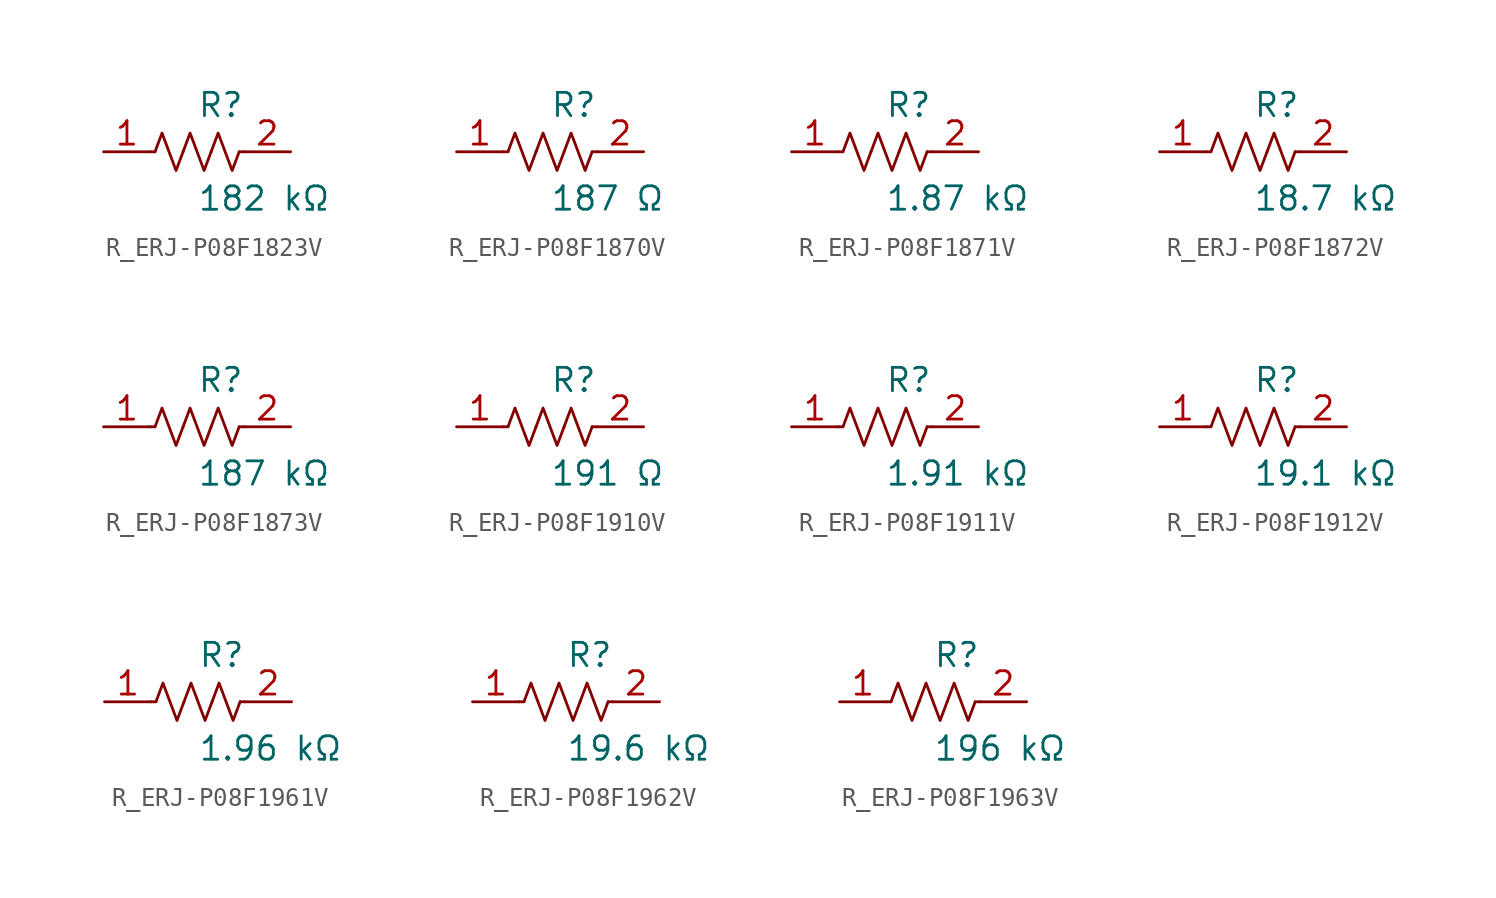
<source format=kicad_sym>
(kicad_symbol_lib
  (version 20231120)
  (generator kicad_symbol_editor)
  (generator_version 8.0)
  (symbol "R_ERJ-P08F1823V"
    (pin_names
      (offset 0.254))
    (property "Reference" "R"
      (at 0.0 2.54 0)
      (effects (font (size 1.27 1.27)) (justify left)))
    (property "Value" "182 kΩ"
      (at 0.0 -2.54 0)
      (effects (font (size 1.27 1.27)) (justify left)))
    (symbol "R_ERJ-P08F1823V_0_1"
      (polyline (pts (xy 2.286 0) (xy 2.54 0)) (stroke (width 0) (type default)) (fill (type none)))
      (polyline (pts (xy -2.286 0) (xy -2.54 0)) (stroke (width 0) (type default)) (fill (type none)))
      (polyline (pts (xy 0.762 0) (xy 1.143 1.016) (xy 1.524 0) (xy 1.905 -1.016) (xy 2.286 0)) (stroke (width 0) (type default)) (fill (type none)))
      (polyline (pts (xy -0.762 0) (xy -0.381 1.016) (xy 0 0) (xy 0.381 -1.016) (xy 0.762 0)) (stroke (width 0) (type default)) (fill (type none)))
      (polyline (pts (xy -2.286 0) (xy -1.905 1.016) (xy -1.524 0) (xy -1.143 -1.016) (xy -0.762 0)) (stroke (width 0) (type default)) (fill (type none))))
    (pin unspecified line
      (at -5.08 0 0)
      (length 2.54)
      (name "" (effects (font (size 1.27 1.27))))
      (number "1" (effects (font (size 1.27 1.27)))))
    (pin unspecified line
      (at 5.08 0 180)
      (length 2.54)
      (name "" (effects (font (size 1.27 1.27))))
      (number "2" (effects (font (size 1.27 1.27))))))
  (symbol "R_ERJ-P08F1870V"
    (pin_names
      (offset 0.254))
    (property "Reference" "R"
      (at 0.0 2.54 0)
      (effects (font (size 1.27 1.27)) (justify left)))
    (property "Value" "187 Ω"
      (at 0.0 -2.54 0)
      (effects (font (size 1.27 1.27)) (justify left)))
    (symbol "R_ERJ-P08F1870V_0_1"
      (polyline (pts (xy 2.286 0) (xy 2.54 0)) (stroke (width 0) (type default)) (fill (type none)))
      (polyline (pts (xy -2.286 0) (xy -2.54 0)) (stroke (width 0) (type default)) (fill (type none)))
      (polyline (pts (xy 0.762 0) (xy 1.143 1.016) (xy 1.524 0) (xy 1.905 -1.016) (xy 2.286 0)) (stroke (width 0) (type default)) (fill (type none)))
      (polyline (pts (xy -0.762 0) (xy -0.381 1.016) (xy 0 0) (xy 0.381 -1.016) (xy 0.762 0)) (stroke (width 0) (type default)) (fill (type none)))
      (polyline (pts (xy -2.286 0) (xy -1.905 1.016) (xy -1.524 0) (xy -1.143 -1.016) (xy -0.762 0)) (stroke (width 0) (type default)) (fill (type none))))
    (pin unspecified line
      (at -5.08 0 0)
      (length 2.54)
      (name "" (effects (font (size 1.27 1.27))))
      (number "1" (effects (font (size 1.27 1.27)))))
    (pin unspecified line
      (at 5.08 0 180)
      (length 2.54)
      (name "" (effects (font (size 1.27 1.27))))
      (number "2" (effects (font (size 1.27 1.27))))))
  (symbol "R_ERJ-P08F1871V"
    (pin_names
      (offset 0.254))
    (property "Reference" "R"
      (at 0.0 2.54 0)
      (effects (font (size 1.27 1.27)) (justify left)))
    (property "Value" "1.87 kΩ"
      (at 0.0 -2.54 0)
      (effects (font (size 1.27 1.27)) (justify left)))
    (symbol "R_ERJ-P08F1871V_0_1"
      (polyline (pts (xy 2.286 0) (xy 2.54 0)) (stroke (width 0) (type default)) (fill (type none)))
      (polyline (pts (xy -2.286 0) (xy -2.54 0)) (stroke (width 0) (type default)) (fill (type none)))
      (polyline (pts (xy 0.762 0) (xy 1.143 1.016) (xy 1.524 0) (xy 1.905 -1.016) (xy 2.286 0)) (stroke (width 0) (type default)) (fill (type none)))
      (polyline (pts (xy -0.762 0) (xy -0.381 1.016) (xy 0 0) (xy 0.381 -1.016) (xy 0.762 0)) (stroke (width 0) (type default)) (fill (type none)))
      (polyline (pts (xy -2.286 0) (xy -1.905 1.016) (xy -1.524 0) (xy -1.143 -1.016) (xy -0.762 0)) (stroke (width 0) (type default)) (fill (type none))))
    (pin unspecified line
      (at -5.08 0 0)
      (length 2.54)
      (name "" (effects (font (size 1.27 1.27))))
      (number "1" (effects (font (size 1.27 1.27)))))
    (pin unspecified line
      (at 5.08 0 180)
      (length 2.54)
      (name "" (effects (font (size 1.27 1.27))))
      (number "2" (effects (font (size 1.27 1.27))))))
  (symbol "R_ERJ-P08F1872V"
    (pin_names
      (offset 0.254))
    (property "Reference" "R"
      (at 0.0 2.54 0)
      (effects (font (size 1.27 1.27)) (justify left)))
    (property "Value" "18.7 kΩ"
      (at 0.0 -2.54 0)
      (effects (font (size 1.27 1.27)) (justify left)))
    (symbol "R_ERJ-P08F1872V_0_1"
      (polyline (pts (xy 2.286 0) (xy 2.54 0)) (stroke (width 0) (type default)) (fill (type none)))
      (polyline (pts (xy -2.286 0) (xy -2.54 0)) (stroke (width 0) (type default)) (fill (type none)))
      (polyline (pts (xy 0.762 0) (xy 1.143 1.016) (xy 1.524 0) (xy 1.905 -1.016) (xy 2.286 0)) (stroke (width 0) (type default)) (fill (type none)))
      (polyline (pts (xy -0.762 0) (xy -0.381 1.016) (xy 0 0) (xy 0.381 -1.016) (xy 0.762 0)) (stroke (width 0) (type default)) (fill (type none)))
      (polyline (pts (xy -2.286 0) (xy -1.905 1.016) (xy -1.524 0) (xy -1.143 -1.016) (xy -0.762 0)) (stroke (width 0) (type default)) (fill (type none))))
    (pin unspecified line
      (at -5.08 0 0)
      (length 2.54)
      (name "" (effects (font (size 1.27 1.27))))
      (number "1" (effects (font (size 1.27 1.27)))))
    (pin unspecified line
      (at 5.08 0 180)
      (length 2.54)
      (name "" (effects (font (size 1.27 1.27))))
      (number "2" (effects (font (size 1.27 1.27))))))
  (symbol "R_ERJ-P08F1873V"
    (pin_names
      (offset 0.254))
    (property "Reference" "R"
      (at 0.0 2.54 0)
      (effects (font (size 1.27 1.27)) (justify left)))
    (property "Value" "187 kΩ"
      (at 0.0 -2.54 0)
      (effects (font (size 1.27 1.27)) (justify left)))
    (symbol "R_ERJ-P08F1873V_0_1"
      (polyline (pts (xy 2.286 0) (xy 2.54 0)) (stroke (width 0) (type default)) (fill (type none)))
      (polyline (pts (xy -2.286 0) (xy -2.54 0)) (stroke (width 0) (type default)) (fill (type none)))
      (polyline (pts (xy 0.762 0) (xy 1.143 1.016) (xy 1.524 0) (xy 1.905 -1.016) (xy 2.286 0)) (stroke (width 0) (type default)) (fill (type none)))
      (polyline (pts (xy -0.762 0) (xy -0.381 1.016) (xy 0 0) (xy 0.381 -1.016) (xy 0.762 0)) (stroke (width 0) (type default)) (fill (type none)))
      (polyline (pts (xy -2.286 0) (xy -1.905 1.016) (xy -1.524 0) (xy -1.143 -1.016) (xy -0.762 0)) (stroke (width 0) (type default)) (fill (type none))))
    (pin unspecified line
      (at -5.08 0 0)
      (length 2.54)
      (name "" (effects (font (size 1.27 1.27))))
      (number "1" (effects (font (size 1.27 1.27)))))
    (pin unspecified line
      (at 5.08 0 180)
      (length 2.54)
      (name "" (effects (font (size 1.27 1.27))))
      (number "2" (effects (font (size 1.27 1.27))))))
  (symbol "R_ERJ-P08F1910V"
    (pin_names
      (offset 0.254))
    (property "Reference" "R"
      (at 0.0 2.54 0)
      (effects (font (size 1.27 1.27)) (justify left)))
    (property "Value" "191 Ω"
      (at 0.0 -2.54 0)
      (effects (font (size 1.27 1.27)) (justify left)))
    (symbol "R_ERJ-P08F1910V_0_1"
      (polyline (pts (xy 2.286 0) (xy 2.54 0)) (stroke (width 0) (type default)) (fill (type none)))
      (polyline (pts (xy -2.286 0) (xy -2.54 0)) (stroke (width 0) (type default)) (fill (type none)))
      (polyline (pts (xy 0.762 0) (xy 1.143 1.016) (xy 1.524 0) (xy 1.905 -1.016) (xy 2.286 0)) (stroke (width 0) (type default)) (fill (type none)))
      (polyline (pts (xy -0.762 0) (xy -0.381 1.016) (xy 0 0) (xy 0.381 -1.016) (xy 0.762 0)) (stroke (width 0) (type default)) (fill (type none)))
      (polyline (pts (xy -2.286 0) (xy -1.905 1.016) (xy -1.524 0) (xy -1.143 -1.016) (xy -0.762 0)) (stroke (width 0) (type default)) (fill (type none))))
    (pin unspecified line
      (at -5.08 0 0)
      (length 2.54)
      (name "" (effects (font (size 1.27 1.27))))
      (number "1" (effects (font (size 1.27 1.27)))))
    (pin unspecified line
      (at 5.08 0 180)
      (length 2.54)
      (name "" (effects (font (size 1.27 1.27))))
      (number "2" (effects (font (size 1.27 1.27))))))
  (symbol "R_ERJ-P08F1911V"
    (pin_names
      (offset 0.254))
    (property "Reference" "R"
      (at 0.0 2.54 0)
      (effects (font (size 1.27 1.27)) (justify left)))
    (property "Value" "1.91 kΩ"
      (at 0.0 -2.54 0)
      (effects (font (size 1.27 1.27)) (justify left)))
    (symbol "R_ERJ-P08F1911V_0_1"
      (polyline (pts (xy 2.286 0) (xy 2.54 0)) (stroke (width 0) (type default)) (fill (type none)))
      (polyline (pts (xy -2.286 0) (xy -2.54 0)) (stroke (width 0) (type default)) (fill (type none)))
      (polyline (pts (xy 0.762 0) (xy 1.143 1.016) (xy 1.524 0) (xy 1.905 -1.016) (xy 2.286 0)) (stroke (width 0) (type default)) (fill (type none)))
      (polyline (pts (xy -0.762 0) (xy -0.381 1.016) (xy 0 0) (xy 0.381 -1.016) (xy 0.762 0)) (stroke (width 0) (type default)) (fill (type none)))
      (polyline (pts (xy -2.286 0) (xy -1.905 1.016) (xy -1.524 0) (xy -1.143 -1.016) (xy -0.762 0)) (stroke (width 0) (type default)) (fill (type none))))
    (pin unspecified line
      (at -5.08 0 0)
      (length 2.54)
      (name "" (effects (font (size 1.27 1.27))))
      (number "1" (effects (font (size 1.27 1.27)))))
    (pin unspecified line
      (at 5.08 0 180)
      (length 2.54)
      (name "" (effects (font (size 1.27 1.27))))
      (number "2" (effects (font (size 1.27 1.27))))))
  (symbol "R_ERJ-P08F1912V"
    (pin_names
      (offset 0.254))
    (property "Reference" "R"
      (at 0.0 2.54 0)
      (effects (font (size 1.27 1.27)) (justify left)))
    (property "Value" "19.1 kΩ"
      (at 0.0 -2.54 0)
      (effects (font (size 1.27 1.27)) (justify left)))
    (symbol "R_ERJ-P08F1912V_0_1"
      (polyline (pts (xy 2.286 0) (xy 2.54 0)) (stroke (width 0) (type default)) (fill (type none)))
      (polyline (pts (xy -2.286 0) (xy -2.54 0)) (stroke (width 0) (type default)) (fill (type none)))
      (polyline (pts (xy 0.762 0) (xy 1.143 1.016) (xy 1.524 0) (xy 1.905 -1.016) (xy 2.286 0)) (stroke (width 0) (type default)) (fill (type none)))
      (polyline (pts (xy -0.762 0) (xy -0.381 1.016) (xy 0 0) (xy 0.381 -1.016) (xy 0.762 0)) (stroke (width 0) (type default)) (fill (type none)))
      (polyline (pts (xy -2.286 0) (xy -1.905 1.016) (xy -1.524 0) (xy -1.143 -1.016) (xy -0.762 0)) (stroke (width 0) (type default)) (fill (type none))))
    (pin unspecified line
      (at -5.08 0 0)
      (length 2.54)
      (name "" (effects (font (size 1.27 1.27))))
      (number "1" (effects (font (size 1.27 1.27)))))
    (pin unspecified line
      (at 5.08 0 180)
      (length 2.54)
      (name "" (effects (font (size 1.27 1.27))))
      (number "2" (effects (font (size 1.27 1.27))))))
  (symbol "R_ERJ-P08F1961V"
    (pin_names
      (offset 0.254))
    (property "Reference" "R"
      (at 0.0 2.54 0)
      (effects (font (size 1.27 1.27)) (justify left)))
    (property "Value" "1.96 kΩ"
      (at 0.0 -2.54 0)
      (effects (font (size 1.27 1.27)) (justify left)))
    (symbol "R_ERJ-P08F1961V_0_1"
      (polyline (pts (xy 2.286 0) (xy 2.54 0)) (stroke (width 0) (type default)) (fill (type none)))
      (polyline (pts (xy -2.286 0) (xy -2.54 0)) (stroke (width 0) (type default)) (fill (type none)))
      (polyline (pts (xy 0.762 0) (xy 1.143 1.016) (xy 1.524 0) (xy 1.905 -1.016) (xy 2.286 0)) (stroke (width 0) (type default)) (fill (type none)))
      (polyline (pts (xy -0.762 0) (xy -0.381 1.016) (xy 0 0) (xy 0.381 -1.016) (xy 0.762 0)) (stroke (width 0) (type default)) (fill (type none)))
      (polyline (pts (xy -2.286 0) (xy -1.905 1.016) (xy -1.524 0) (xy -1.143 -1.016) (xy -0.762 0)) (stroke (width 0) (type default)) (fill (type none))))
    (pin unspecified line
      (at -5.08 0 0)
      (length 2.54)
      (name "" (effects (font (size 1.27 1.27))))
      (number "1" (effects (font (size 1.27 1.27)))))
    (pin unspecified line
      (at 5.08 0 180)
      (length 2.54)
      (name "" (effects (font (size 1.27 1.27))))
      (number "2" (effects (font (size 1.27 1.27))))))
  (symbol "R_ERJ-P08F1962V"
    (pin_names
      (offset 0.254))
    (property "Reference" "R"
      (at 0.0 2.54 0)
      (effects (font (size 1.27 1.27)) (justify left)))
    (property "Value" "19.6 kΩ"
      (at 0.0 -2.54 0)
      (effects (font (size 1.27 1.27)) (justify left)))
    (symbol "R_ERJ-P08F1962V_0_1"
      (polyline (pts (xy 2.286 0) (xy 2.54 0)) (stroke (width 0) (type default)) (fill (type none)))
      (polyline (pts (xy -2.286 0) (xy -2.54 0)) (stroke (width 0) (type default)) (fill (type none)))
      (polyline (pts (xy 0.762 0) (xy 1.143 1.016) (xy 1.524 0) (xy 1.905 -1.016) (xy 2.286 0)) (stroke (width 0) (type default)) (fill (type none)))
      (polyline (pts (xy -0.762 0) (xy -0.381 1.016) (xy 0 0) (xy 0.381 -1.016) (xy 0.762 0)) (stroke (width 0) (type default)) (fill (type none)))
      (polyline (pts (xy -2.286 0) (xy -1.905 1.016) (xy -1.524 0) (xy -1.143 -1.016) (xy -0.762 0)) (stroke (width 0) (type default)) (fill (type none))))
    (pin unspecified line
      (at -5.08 0 0)
      (length 2.54)
      (name "" (effects (font (size 1.27 1.27))))
      (number "1" (effects (font (size 1.27 1.27)))))
    (pin unspecified line
      (at 5.08 0 180)
      (length 2.54)
      (name "" (effects (font (size 1.27 1.27))))
      (number "2" (effects (font (size 1.27 1.27))))))
  (symbol "R_ERJ-P08F1963V"
    (pin_names
      (offset 0.254))
    (property "Reference" "R"
      (at 0.0 2.54 0)
      (effects (font (size 1.27 1.27)) (justify left)))
    (property "Value" "196 kΩ"
      (at 0.0 -2.54 0)
      (effects (font (size 1.27 1.27)) (justify left)))
    (symbol "R_ERJ-P08F1963V_0_1"
      (polyline (pts (xy 2.286 0) (xy 2.54 0)) (stroke (width 0) (type default)) (fill (type none)))
      (polyline (pts (xy -2.286 0) (xy -2.54 0)) (stroke (width 0) (type default)) (fill (type none)))
      (polyline (pts (xy 0.762 0) (xy 1.143 1.016) (xy 1.524 0) (xy 1.905 -1.016) (xy 2.286 0)) (stroke (width 0) (type default)) (fill (type none)))
      (polyline (pts (xy -0.762 0) (xy -0.381 1.016) (xy 0 0) (xy 0.381 -1.016) (xy 0.762 0)) (stroke (width 0) (type default)) (fill (type none)))
      (polyline (pts (xy -2.286 0) (xy -1.905 1.016) (xy -1.524 0) (xy -1.143 -1.016) (xy -0.762 0)) (stroke (width 0) (type default)) (fill (type none))))
    (pin unspecified line
      (at -5.08 0 0)
      (length 2.54)
      (name "" (effects (font (size 1.27 1.27))))
      (number "1" (effects (font (size 1.27 1.27)))))
    (pin unspecified line
      (at 5.08 0 180)
      (length 2.54)
      (name "" (effects (font (size 1.27 1.27))))
      (number "2" (effects (font (size 1.27 1.27)))))))
</source>
